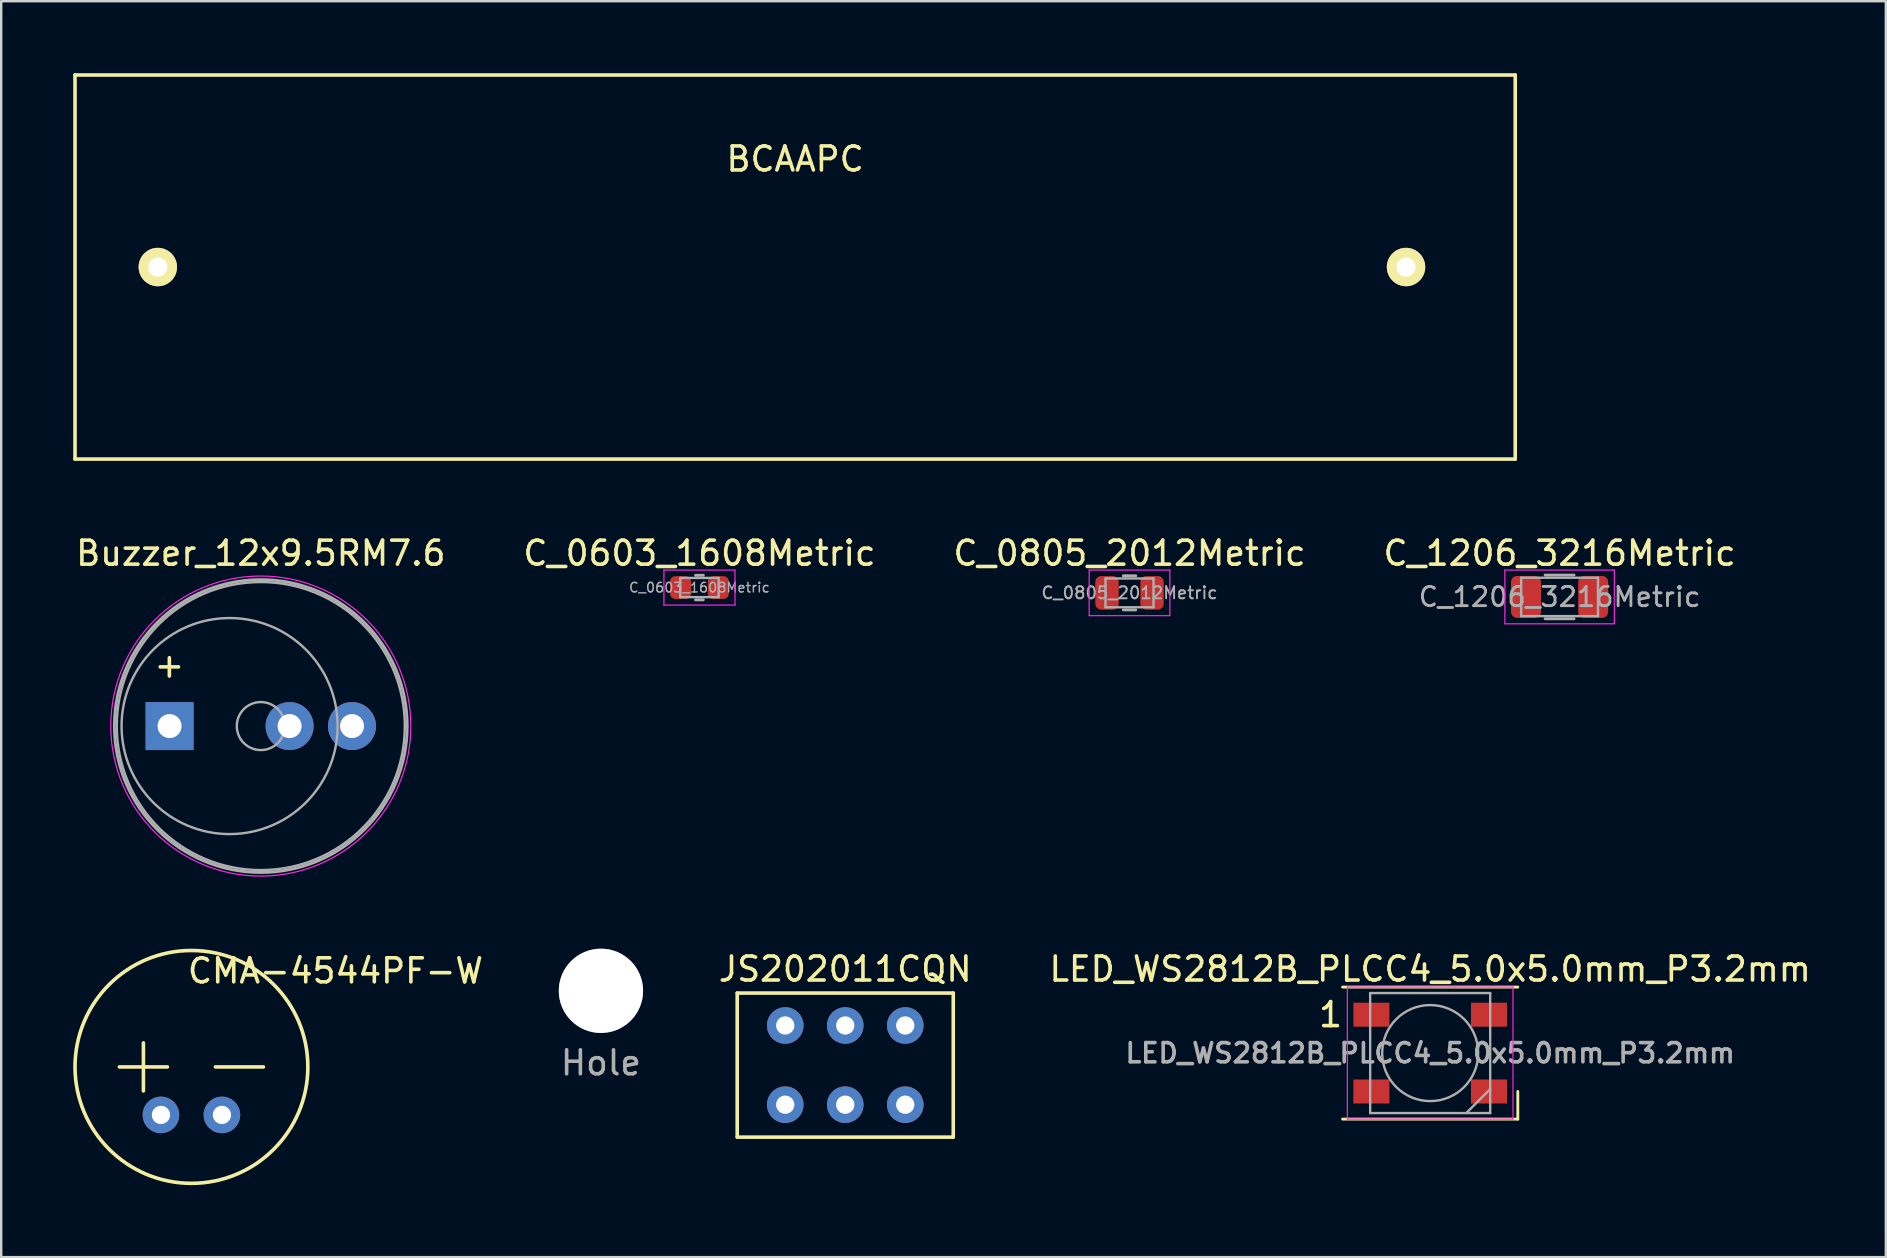
<source format=kicad_pcb>
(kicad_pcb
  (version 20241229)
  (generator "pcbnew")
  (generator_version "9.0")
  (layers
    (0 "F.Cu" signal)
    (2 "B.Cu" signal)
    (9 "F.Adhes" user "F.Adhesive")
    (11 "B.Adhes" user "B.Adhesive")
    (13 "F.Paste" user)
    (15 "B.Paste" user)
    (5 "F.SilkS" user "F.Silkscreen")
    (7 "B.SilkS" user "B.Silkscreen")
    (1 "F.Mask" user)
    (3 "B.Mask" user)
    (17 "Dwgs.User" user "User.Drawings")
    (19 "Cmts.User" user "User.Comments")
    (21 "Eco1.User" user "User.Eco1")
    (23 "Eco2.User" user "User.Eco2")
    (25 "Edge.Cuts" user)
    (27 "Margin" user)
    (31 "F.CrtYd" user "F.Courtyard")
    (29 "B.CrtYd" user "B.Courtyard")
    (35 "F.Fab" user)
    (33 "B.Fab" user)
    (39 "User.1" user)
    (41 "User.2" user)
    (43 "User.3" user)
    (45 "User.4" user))
  (footprint "C_1206_3216Metric"
    (layer "F.Cu")
    (at 61.923 21.818)
    (property "Reference" "C_1206_3216Metric" (at 0 -1.82 0) (layer "F.SilkS") (effects (font (size 1 1) (thickness 0.15))))
    (attr smd)
    (fp_line (start -2.28 -1.12) (end 2.28 -1.12) (stroke (width 0.05) (type solid)) (layer "F.CrtYd"))
    (fp_line (start -2.28 1.12) (end -2.28 -1.12) (stroke (width 0.05) (type solid)) (layer "F.CrtYd"))
    (fp_line (start 2.28 -1.12) (end 2.28 1.12) (stroke (width 0.05) (type solid)) (layer "F.CrtYd"))
    (fp_line (start 2.28 1.12) (end -2.28 1.12) (stroke (width 0.05) (type solid)) (layer "F.CrtYd"))
    (fp_line (start -1.6 -0.8) (end 1.6 -0.8) (stroke (width 0.1) (type solid)) (layer "F.Fab"))
    (fp_line (start -1.6 0.8) (end -1.6 -0.8) (stroke (width 0.1) (type solid)) (layer "F.Fab"))
    (fp_line (start -0.602 -0.91) (end 0.602 -0.91) (stroke (width 0.12) (type solid)) (layer "F.Fab"))
    (fp_line (start -0.602 0.91) (end 0.602 0.91) (stroke (width 0.12) (type solid)) (layer "F.Fab"))
    (fp_line (start 1.6 -0.8) (end 1.6 0.8) (stroke (width 0.1) (type solid)) (layer "F.Fab"))
    (fp_line (start 1.6 0.8) (end -1.6 0.8) (stroke (width 0.1) (type solid)) (layer "F.Fab"))
    (fp_text user "${REFERENCE}" (at 0 0 0) (layer "F.Fab") (effects (font (size 0.8 0.8) (thickness 0.12))))
    (pad "1" smd roundrect (at -1.4 0) (size 1.25 1.75) (layers "F.Cu" "F.Mask" "F.Paste") (roundrect_rratio 0.2))
    (pad "2" smd roundrect (at 1.4 0) (size 1.25 1.75) (layers "F.Cu" "F.Mask" "F.Paste") (roundrect_rratio 0.2)))
  (footprint "BCAAPC"
    (layer "F.Cu")
    (at 30.075 8.075)
    (property "Reference" "BCAAPC" (at 0 -4.5 0) (layer "F.SilkS") (effects (font (size 1 1) (thickness 0.15))))
    (attr through_hole)
    (fp_line (start -30 -8) (end -30 8) (stroke (width 0.15) (type solid)) (layer "F.SilkS"))
    (fp_line (start -30 8) (end 30 8) (stroke (width 0.15) (type solid)) (layer "F.SilkS"))
    (fp_line (start 30 -8) (end -30 -8) (stroke (width 0.15) (type solid)) (layer "F.SilkS"))
    (fp_line (start 30 8) (end 30 -8) (stroke (width 0.15) (type solid)) (layer "F.SilkS"))
    (pad "1" thru_hole circle (at -26.55 0) (size 1.6 1.6) (drill 0.8) (layers "*.Cu" "*.Mask" "F.SilkS"))
    (pad "2" thru_hole circle (at 25.45 0) (size 1.6 1.6) (drill 0.8) (layers "*.Cu" "*.Mask" "F.SilkS")))
  (footprint "LED_WS2812B_PLCC4_5.0x5.0mm_P3.2mm"
    (layer "F.Cu")
    (at 56.532 40.822)
    (property "Reference" "LED_WS2812B_PLCC4_5.0x5.0mm_P3.2mm" (at 0 -3.5 0) (layer "F.SilkS") (effects (font (size 1 1) (thickness 0.15))))
    (attr smd)
    (fp_line (start -3.65 -2.75) (end 3.65 -2.75) (stroke (width 0.12) (type solid)) (layer "F.SilkS"))
    (fp_line (start -3.65 2.75) (end 3.65 2.75) (stroke (width 0.12) (type solid)) (layer "F.SilkS"))
    (fp_line (start 3.65 2.75) (end 3.65 1.6) (stroke (width 0.12) (type solid)) (layer "F.SilkS"))
    (fp_line (start -3.45 -2.75) (end -3.45 2.75) (stroke (width 0.05) (type solid)) (layer "F.CrtYd"))
    (fp_line (start -3.45 2.75) (end 3.45 2.75) (stroke (width 0.05) (type solid)) (layer "F.CrtYd"))
    (fp_line (start 3.45 -2.75) (end -3.45 -2.75) (stroke (width 0.05) (type solid)) (layer "F.CrtYd"))
    (fp_line (start 3.45 2.75) (end 3.45 -2.75) (stroke (width 0.05) (type solid)) (layer "F.CrtYd"))
    (fp_line (start -2.5 -2.5) (end -2.5 2.5) (stroke (width 0.1) (type solid)) (layer "F.Fab"))
    (fp_line (start -2.5 2.5) (end 2.5 2.5) (stroke (width 0.1) (type solid)) (layer "F.Fab"))
    (fp_line (start 2.5 -2.5) (end -2.5 -2.5) (stroke (width 0.1) (type solid)) (layer "F.Fab"))
    (fp_line (start 2.5 1.5) (end 1.5 2.5) (stroke (width 0.1) (type solid)) (layer "F.Fab"))
    (fp_line (start 2.5 2.5) (end 2.5 -2.5) (stroke (width 0.1) (type solid)) (layer "F.Fab"))
    (fp_circle (center 0 0) (end 0 -2) (stroke (width 0.1) (type solid)) (fill no) (layer "F.Fab"))
    (fp_text user "1" (at -4.15 -1.6 0) (layer "F.SilkS") (effects (font (size 1 1) (thickness 0.15))))
    (fp_text user "${REFERENCE}" (at 0 0 0) (layer "F.Fab") (effects (font (size 0.8 0.8) (thickness 0.15))))
    (pad "1" smd rect (at -2.45 -1.6) (size 1.5 1) (layers "F.Cu" "F.Mask" "F.Paste"))
    (pad "2" smd rect (at -2.45 1.6) (size 1.5 1) (layers "F.Cu" "F.Mask" "F.Paste"))
    (pad "3" smd rect (at 2.45 1.6) (size 1.5 1) (layers "F.Cu" "F.Mask" "F.Paste"))
    (pad "4" smd rect (at 2.45 -1.6) (size 1.5 1) (layers "F.Cu" "F.Mask" "F.Paste")))
  (footprint "C_0603_1608Metric"
    (layer "F.Cu")
    (at 26.089 21.428)
    (property "Reference" "C_0603_1608Metric" (at 0 -1.43 0) (layer "F.SilkS") (effects (font (size 1 1) (thickness 0.15))))
    (attr smd)
    (fp_line (start -1.48 -0.73) (end 1.48 -0.73) (stroke (width 0.05) (type solid)) (layer "F.CrtYd"))
    (fp_line (start -1.48 0.73) (end -1.48 -0.73) (stroke (width 0.05) (type solid)) (layer "F.CrtYd"))
    (fp_line (start 1.48 -0.73) (end 1.48 0.73) (stroke (width 0.05) (type solid)) (layer "F.CrtYd"))
    (fp_line (start 1.48 0.73) (end -1.48 0.73) (stroke (width 0.05) (type solid)) (layer "F.CrtYd"))
    (fp_line (start -0.8 -0.4) (end 0.8 -0.4) (stroke (width 0.1) (type solid)) (layer "F.Fab"))
    (fp_line (start -0.8 0.4) (end -0.8 -0.4) (stroke (width 0.1) (type solid)) (layer "F.Fab"))
    (fp_line (start -0.163 -0.51) (end 0.163 -0.51) (stroke (width 0.12) (type solid)) (layer "F.Fab"))
    (fp_line (start -0.163 0.51) (end 0.163 0.51) (stroke (width 0.12) (type solid)) (layer "F.Fab"))
    (fp_line (start 0.8 -0.4) (end 0.8 0.4) (stroke (width 0.1) (type solid)) (layer "F.Fab"))
    (fp_line (start 0.8 0.4) (end -0.8 0.4) (stroke (width 0.1) (type solid)) (layer "F.Fab"))
    (fp_text user "${REFERENCE}" (at 0 0 0) (layer "F.Fab") (effects (font (size 0.4 0.4) (thickness 0.06))))
    (pad "1" smd roundrect (at -0.787 0) (size 0.875 0.95) (layers "F.Cu" "F.Mask" "F.Paste") (roundrect_rratio 0.25))
    (pad "2" smd roundrect (at 0.787 0) (size 0.875 0.95) (layers "F.Cu" "F.Mask" "F.Paste") (roundrect_rratio 0.25)))
  (footprint "Buzzer_12x9.5RM7.6"
    (layer "F.Cu")
    (at 4.015 27.198)
    (property "Reference" "Buzzer_12x9.5RM7.6" (at 3.8 -7.2 0) (layer "F.SilkS") (effects (font (size 1 1) (thickness 0.15))))
    (attr through_hole)
    (fp_circle (center 3.8 0) (end 10.05 0) (stroke (width 0.05) (type solid)) (fill no) (layer "F.CrtYd"))
    (fp_circle (center 2.5 0) (end 7 0) (stroke (width 0.1) (type solid)) (fill no) (layer "F.Fab"))
    (fp_circle (center 3.8 0) (end 4.8 0) (stroke (width 0.1) (type solid)) (fill no) (layer "F.Fab"))
    (fp_circle (center 3.8 0) (end 9.8 0) (stroke (width 0.1) (type solid)) (fill no) (layer "F.Fab"))
    (fp_circle (center 3.8 0) (end 9.9 0) (stroke (width 0.12) (type solid)) (fill no) (layer "F.Fab"))
    (fp_text user "+" (at -0.01 -2.54 0) (layer "F.SilkS") (effects (font (size 1 1) (thickness 0.15))))
    (pad "1" thru_hole rect (at 0 0) (size 2 2) (drill 1) (layers "*.Cu" "*.Mask"))
    (pad "2" thru_hole circle (at 5 0) (size 2 2) (drill 1) (layers "*.Cu" "*.Mask"))
    (pad "2" thru_hole circle (at 7.6 0) (size 2 2) (drill 1) (layers "*.Cu" "*.Mask")))
  (footprint "Hole"
    (layer "F.Cu")
    (at 21.985 38.228)
    (property "Reference" "Hole" (at 0 3 0) (layer "F.Fab") (effects (font (size 1 1) (thickness 0.15))))
    (attr through_hole)
    (pad "1" thru_hole circle (at 0 0) (size 3.51 3.51) (drill 3.51) (layers "*.Cu" "*.Mask")))
  (footprint "CMA-4544PF-W"
    (layer "F.Cu")
    (at 4.925 41.398)
    (property "Reference" "CMA-4544PF-W" (at 6 -4 0) (layer "F.SilkS") (effects (font (size 1 1) (thickness 0.15))))
    (attr through_hole)
    (fp_line (start -3 0) (end -1 0) (stroke (width 0.15) (type solid)) (layer "F.SilkS"))
    (fp_line (start -2 1) (end -2 -1) (stroke (width 0.15) (type solid)) (layer "F.SilkS"))
    (fp_line (start 1 0) (end 3 0) (stroke (width 0.15) (type solid)) (layer "F.SilkS"))
    (fp_circle (center 0 0) (end 4.85 0) (stroke (width 0.15) (type solid)) (fill no) (layer "F.SilkS"))
    (pad "1" thru_hole circle (at 1.27 2) (size 1.524 1.524) (drill 0.762) (layers "*.Cu" "*.Mask"))
    (pad "2" thru_hole circle (at -1.27 2) (size 1.524 1.524) (drill 0.762) (layers "*.Cu" "*.Mask")))
  (footprint "JS202011CQN"
    (layer "F.Cu")
    (at 32.163 41.322)
    (property "Reference" "JS202011CQN" (at 0 -4 0) (layer "F.SilkS") (effects (font (size 1 1) (thickness 0.15))))
    (attr through_hole)
    (fp_line (start -4.5 -3) (end 4.5 -3) (stroke (width 0.15) (type solid)) (layer "F.SilkS"))
    (fp_line (start -4.5 3) (end -4.5 -3) (stroke (width 0.15) (type solid)) (layer "F.SilkS"))
    (fp_line (start 4.5 -3) (end 4.5 3) (stroke (width 0.15) (type solid)) (layer "F.SilkS"))
    (fp_line (start 4.5 3) (end -4.5 3) (stroke (width 0.15) (type solid)) (layer "F.SilkS"))
    (pad "1" thru_hole circle (at -2.5 1.65) (size 1.524 1.524) (drill 0.762) (layers "*.Cu" "*.Mask"))
    (pad "2" thru_hole circle (at 0 1.65) (size 1.524 1.524) (drill 0.762) (layers "*.Cu" "*.Mask"))
    (pad "3" thru_hole circle (at 2.5 1.65) (size 1.524 1.524) (drill 0.762) (layers "*.Cu" "*.Mask"))
    (pad "4" thru_hole circle (at -2.5 -1.65) (size 1.524 1.524) (drill 0.762) (layers "*.Cu" "*.Mask"))
    (pad "5" thru_hole circle (at 0 -1.65) (size 1.524 1.524) (drill 0.762) (layers "*.Cu" "*.Mask"))
    (pad "6" thru_hole circle (at 2.5 -1.65) (size 1.524 1.524) (drill 0.762) (layers "*.Cu" "*.Mask")))
  (footprint "C_0805_2012Metric"
    (layer "F.Cu")
    (at 44.006 21.648)
    (property "Reference" "C_0805_2012Metric" (at 0 -1.65 0) (layer "F.SilkS") (effects (font (size 1 1) (thickness 0.15))))
    (attr smd)
    (fp_line (start -1.68 -0.95) (end 1.68 -0.95) (stroke (width 0.05) (type solid)) (layer "F.CrtYd"))
    (fp_line (start -1.68 0.95) (end -1.68 -0.95) (stroke (width 0.05) (type solid)) (layer "F.CrtYd"))
    (fp_line (start 1.68 -0.95) (end 1.68 0.95) (stroke (width 0.05) (type solid)) (layer "F.CrtYd"))
    (fp_line (start 1.68 0.95) (end -1.68 0.95) (stroke (width 0.05) (type solid)) (layer "F.CrtYd"))
    (fp_line (start -1 -0.6) (end 1 -0.6) (stroke (width 0.1) (type solid)) (layer "F.Fab"))
    (fp_line (start -1 0.6) (end -1 -0.6) (stroke (width 0.1) (type solid)) (layer "F.Fab"))
    (fp_line (start -0.259 -0.71) (end 0.259 -0.71) (stroke (width 0.12) (type solid)) (layer "F.Fab"))
    (fp_line (start -0.259 0.71) (end 0.259 0.71) (stroke (width 0.12) (type solid)) (layer "F.Fab"))
    (fp_line (start 1 -0.6) (end 1 0.6) (stroke (width 0.1) (type solid)) (layer "F.Fab"))
    (fp_line (start 1 0.6) (end -1 0.6) (stroke (width 0.1) (type solid)) (layer "F.Fab"))
    (fp_text user "${REFERENCE}" (at 0 0 0) (layer "F.Fab") (effects (font (size 0.5 0.5) (thickness 0.08))))
    (pad "1" smd roundrect (at -0.938 0) (size 0.975 1.4) (layers "F.Cu" "F.Mask" "F.Paste") (roundrect_rratio 0.25))
    (pad "2" smd roundrect (at 0.938 0) (size 0.975 1.4) (layers "F.Cu" "F.Mask" "F.Paste") (roundrect_rratio 0.25)))
  (gr_rect
    (start -3 -3)
    (end 75.514 49.323)
    (stroke (width 0.1) (type default))
    (fill no)
    (layer "Edge.Cuts")))
</source>
